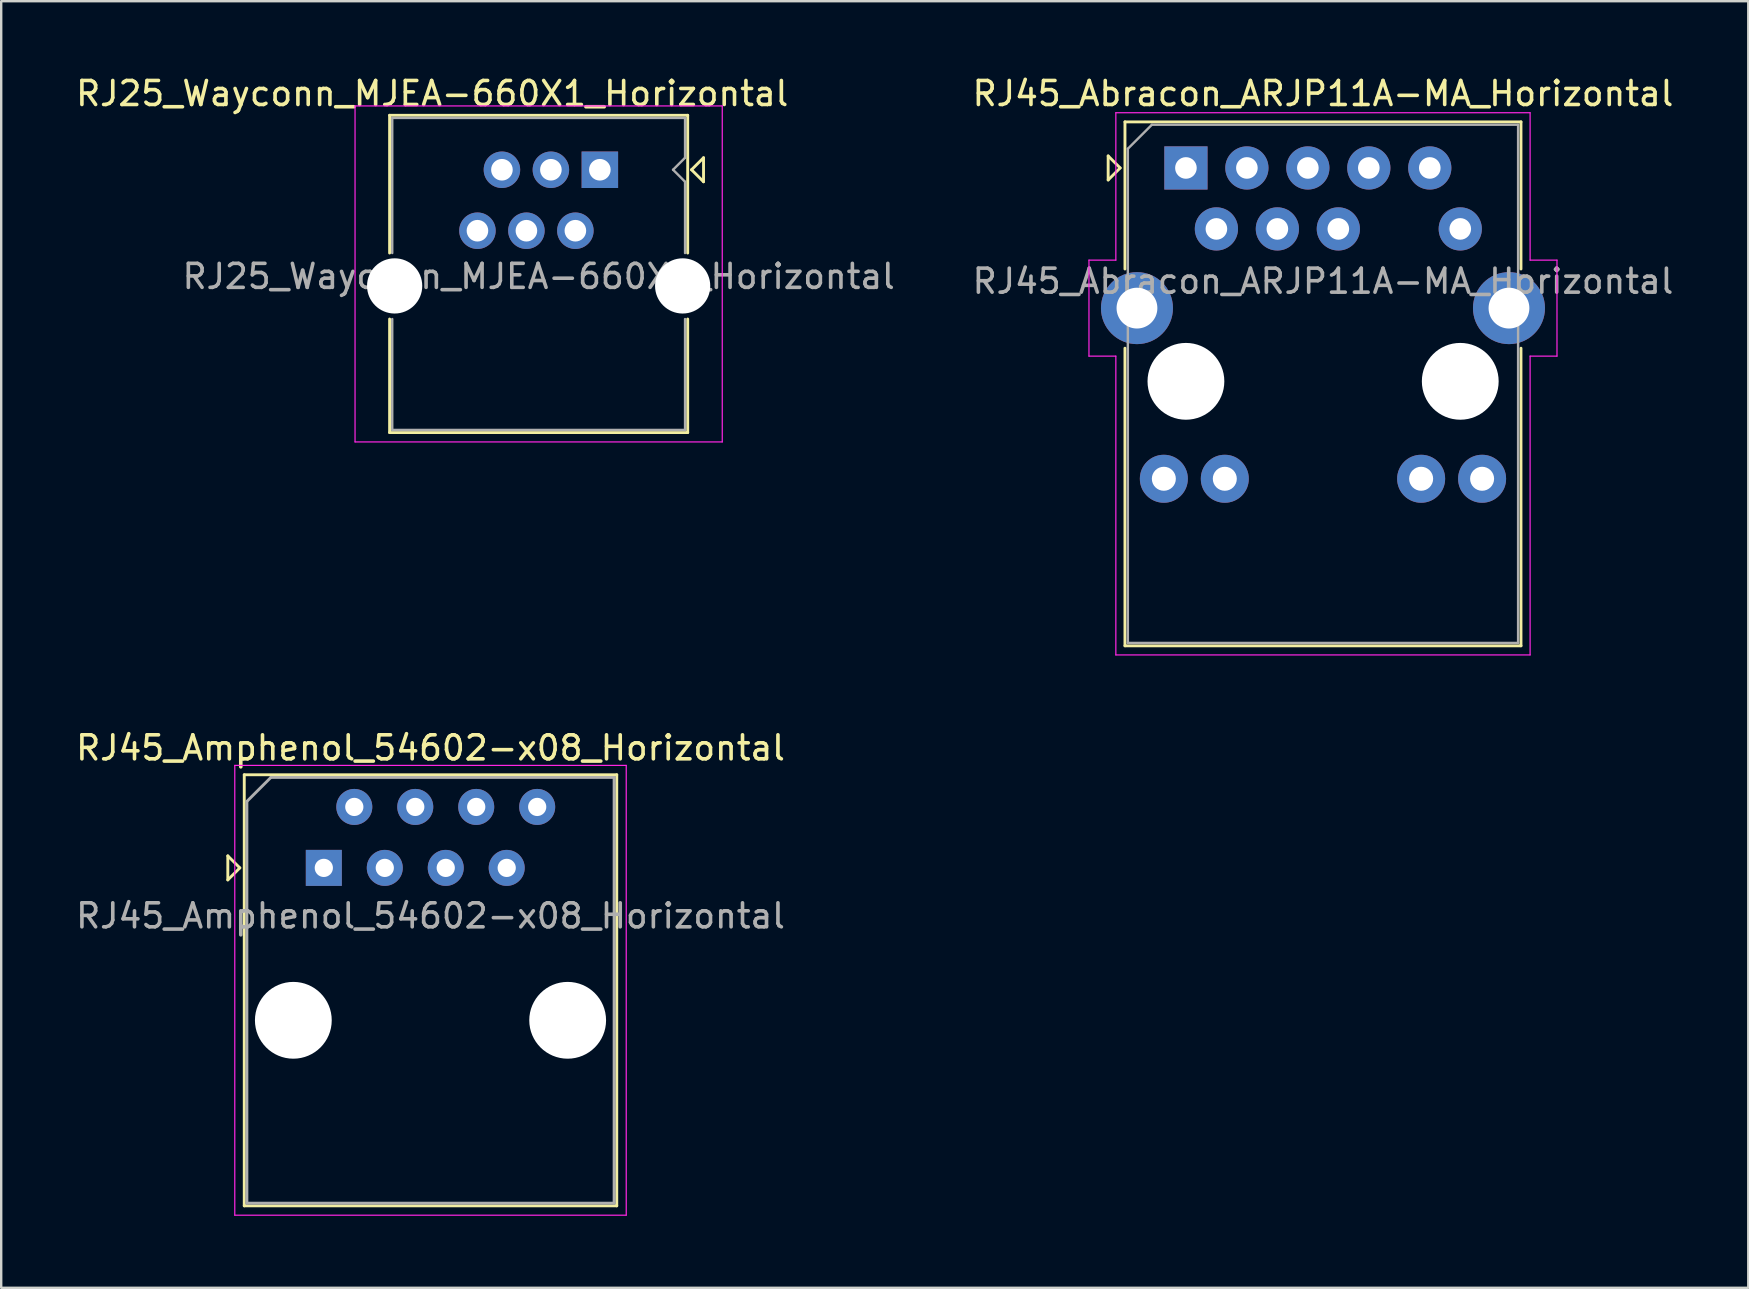
<source format=kicad_pcb>
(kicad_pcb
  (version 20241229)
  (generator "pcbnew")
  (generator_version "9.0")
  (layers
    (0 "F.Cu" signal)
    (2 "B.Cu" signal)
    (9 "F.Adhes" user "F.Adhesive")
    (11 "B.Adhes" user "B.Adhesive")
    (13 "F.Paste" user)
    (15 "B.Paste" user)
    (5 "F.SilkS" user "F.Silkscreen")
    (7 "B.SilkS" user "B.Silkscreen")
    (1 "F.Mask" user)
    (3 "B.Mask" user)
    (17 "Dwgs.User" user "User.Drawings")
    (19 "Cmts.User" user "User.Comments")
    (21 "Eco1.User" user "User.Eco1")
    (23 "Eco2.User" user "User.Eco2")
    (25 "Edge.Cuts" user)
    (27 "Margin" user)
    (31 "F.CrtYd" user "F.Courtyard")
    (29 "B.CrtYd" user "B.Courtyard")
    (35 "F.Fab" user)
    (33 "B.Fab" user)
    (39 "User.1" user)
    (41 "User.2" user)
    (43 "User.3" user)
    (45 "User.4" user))
  (footprint "RJ45_Amphenol_54602-x08_Horizontal"
    (layer "F.Cu")
    (at 10.442 33.111)
    (property "Reference" "RJ45_Amphenol_54602-x08_Horizontal" (at 4.445 -5 0) (layer "F.SilkS") (effects (font (size 1 1) (thickness 0.15))))
    (attr through_hole)
    (fp_line (start -4 -0.5) (end -4 0.5) (stroke (width 0.12) (type solid)) (layer "F.SilkS"))
    (fp_line (start -4 0.5) (end -3.5 0) (stroke (width 0.12) (type solid)) (layer "F.SilkS"))
    (fp_line (start -3.5 0) (end -4 -0.5) (stroke (width 0.12) (type solid)) (layer "F.SilkS"))
    (fp_line (start -3.315 -3.88) (end -3.315 14.08) (stroke (width 0.12) (type solid)) (layer "F.SilkS"))
    (fp_line (start -3.315 14.08) (end 12.205 14.08) (stroke (width 0.12) (type solid)) (layer "F.SilkS"))
    (fp_line (start 12.205 -3.88) (end -3.315 -3.88) (stroke (width 0.12) (type solid)) (layer "F.SilkS"))
    (fp_line (start 12.205 -3.88) (end 12.205 14.08) (stroke (width 0.12) (type solid)) (layer "F.SilkS"))
    (fp_line (start -3.71 -4.27) (end -3.71 14.47) (stroke (width 0.05) (type solid)) (layer "F.CrtYd"))
    (fp_line (start -3.71 -4.27) (end 12.6 -4.27) (stroke (width 0.05) (type solid)) (layer "F.CrtYd"))
    (fp_line (start 12.6 14.47) (end -3.71 14.47) (stroke (width 0.05) (type solid)) (layer "F.CrtYd"))
    (fp_line (start 12.6 14.47) (end 12.6 -4.27) (stroke (width 0.05) (type solid)) (layer "F.CrtYd"))
    (fp_line (start -3.205 -2.77) (end -2.205 -3.77) (stroke (width 0.12) (type solid)) (layer "F.Fab"))
    (fp_line (start -3.205 13.97) (end -3.205 -2.77) (stroke (width 0.12) (type solid)) (layer "F.Fab"))
    (fp_line (start -2.205 -3.77) (end 12.095 -3.77) (stroke (width 0.12) (type solid)) (layer "F.Fab"))
    (fp_line (start 12.095 -3.77) (end 12.095 13.97) (stroke (width 0.12) (type solid)) (layer "F.Fab"))
    (fp_line (start 12.095 13.97) (end -3.205 13.97) (stroke (width 0.12) (type solid)) (layer "F.Fab"))
    (fp_text user "${REFERENCE}" (at 4.445 2 0) (layer "F.Fab") (effects (font (size 1 1) (thickness 0.15))))
    (pad "" np_thru_hole circle (at -1.27 6.35) (size 3.2 3.2) (drill 3.2) (layers "*.Cu" "*.Mask"))
    (pad "" np_thru_hole circle (at 10.16 6.35) (size 3.2 3.2) (drill 3.2) (layers "*.Cu" "*.Mask"))
    (pad "1" thru_hole rect (at 0 0) (size 1.5 1.5) (drill 0.76) (layers "*.Cu" "*.Mask"))
    (pad "2" thru_hole circle (at 1.27 -2.54) (size 1.5 1.5) (drill 0.76) (layers "*.Cu" "*.Mask"))
    (pad "3" thru_hole circle (at 2.54 0) (size 1.5 1.5) (drill 0.76) (layers "*.Cu" "*.Mask"))
    (pad "4" thru_hole circle (at 3.81 -2.54) (size 1.5 1.5) (drill 0.76) (layers "*.Cu" "*.Mask"))
    (pad "5" thru_hole circle (at 5.08 0) (size 1.5 1.5) (drill 0.76) (layers "*.Cu" "*.Mask"))
    (pad "6" thru_hole circle (at 6.35 -2.54) (size 1.5 1.5) (drill 0.76) (layers "*.Cu" "*.Mask"))
    (pad "7" thru_hole circle (at 7.62 0) (size 1.5 1.5) (drill 0.76) (layers "*.Cu" "*.Mask"))
    (pad "8" thru_hole circle (at 8.89 -2.54) (size 1.5 1.5) (drill 0.76) (layers "*.Cu" "*.Mask")))
  (footprint "RJ25_Wayconn_MJEA-660X1_Horizontal"
    (layer "F.Cu")
    (at 21.943 4.023)
    (property "Reference" "RJ25_Wayconn_MJEA-660X1_Horizontal" (at -6.985 -3.175 0) (layer "F.SilkS") (effects (font (size 1 1) (thickness 0.15))))
    (attr through_hole)
    (fp_line (start -8.76 -2.27) (end -8.76 3.47) (stroke (width 0.12) (type solid)) (layer "F.SilkS"))
    (fp_line (start -8.76 -2.27) (end 3.66 -2.27) (stroke (width 0.12) (type solid)) (layer "F.SilkS"))
    (fp_line (start -8.76 6.22) (end -8.76 10.95) (stroke (width 0.12) (type solid)) (layer "F.SilkS"))
    (fp_line (start -8.76 10.95) (end 3.66 10.95) (stroke (width 0.12) (type solid)) (layer "F.SilkS"))
    (fp_line (start 3.66 -2.27) (end 3.66 3.47) (stroke (width 0.12) (type solid)) (layer "F.SilkS"))
    (fp_line (start 3.66 6.22) (end 3.66 10.95) (stroke (width 0.12) (type solid)) (layer "F.SilkS"))
    (fp_line (start 3.82 0) (end 4.32 0.5) (stroke (width 0.12) (type solid)) (layer "F.SilkS"))
    (fp_line (start 4.32 -0.5) (end 3.82 0) (stroke (width 0.12) (type solid)) (layer "F.SilkS"))
    (fp_line (start 4.32 -0.5) (end 4.32 0.5) (stroke (width 0.12) (type solid)) (layer "F.SilkS"))
    (fp_line (start -10.2 -2.66) (end -10.2 11.34) (stroke (width 0.05) (type solid)) (layer "F.CrtYd"))
    (fp_line (start -10.2 -2.66) (end 5.1 -2.66) (stroke (width 0.05) (type solid)) (layer "F.CrtYd"))
    (fp_line (start 5.1 11.34) (end -10.2 11.34) (stroke (width 0.05) (type solid)) (layer "F.CrtYd"))
    (fp_line (start 5.1 11.34) (end 5.1 -2.66) (stroke (width 0.05) (type solid)) (layer "F.CrtYd"))
    (fp_line (start -8.65 -2.16) (end -8.65 3.47) (stroke (width 0.1) (type solid)) (layer "F.Fab"))
    (fp_line (start -8.65 -2.16) (end 3.55 -2.16) (stroke (width 0.1) (type solid)) (layer "F.Fab"))
    (fp_line (start -8.65 6.22) (end -8.65 10.84) (stroke (width 0.1) (type solid)) (layer "F.Fab"))
    (fp_line (start -8.65 10.84) (end 3.55 10.84) (stroke (width 0.1) (type solid)) (layer "F.Fab"))
    (fp_line (start 3.05 0) (end 3.55 0.5) (stroke (width 0.1) (type solid)) (layer "F.Fab"))
    (fp_line (start 3.55 -2.16) (end 3.55 -0.5) (stroke (width 0.1) (type solid)) (layer "F.Fab"))
    (fp_line (start 3.55 -0.5) (end 3.05 0) (stroke (width 0.1) (type solid)) (layer "F.Fab"))
    (fp_line (start 3.55 0.5) (end 3.55 3.47) (stroke (width 0.1) (type solid)) (layer "F.Fab"))
    (fp_line (start 3.55 6.22) (end 3.55 10.84) (stroke (width 0.1) (type solid)) (layer "F.Fab"))
    (fp_text user "${REFERENCE}" (at -2.55 4.445 0) (layer "F.Fab") (effects (font (size 1 1) (thickness 0.15))))
    (pad "" np_thru_hole circle (at -8.55 4.84) (size 2.3 2.3) (drill 2.3) (layers "*.Cu" "*.Mask"))
    (pad "" np_thru_hole circle (at 3.45 4.84) (size 2.3 2.3) (drill 2.3) (layers "*.Cu" "*.Mask"))
    (pad "1" thru_hole rect (at 0 0) (size 1.52 1.52) (drill 0.9) (layers "*.Cu" "*.Mask"))
    (pad "2" thru_hole circle (at -1.02 2.54) (size 1.52 1.52) (drill 0.9) (layers "*.Cu" "*.Mask"))
    (pad "3" thru_hole circle (at -2.04 0) (size 1.52 1.52) (drill 0.9) (layers "*.Cu" "*.Mask"))
    (pad "4" thru_hole circle (at -3.06 2.54) (size 1.52 1.52) (drill 0.9) (layers "*.Cu" "*.Mask"))
    (pad "5" thru_hole circle (at -4.08 0) (size 1.52 1.52) (drill 0.9) (layers "*.Cu" "*.Mask"))
    (pad "6" thru_hole circle (at -5.1 2.54) (size 1.52 1.52) (drill 0.9) (layers "*.Cu" "*.Mask")))
  (footprint "RJ45_Abracon_ARJP11A-MA_Horizontal"
    (layer "F.Cu")
    (at 46.362 3.948)
    (property "Reference" "RJ45_Abracon_ARJP11A-MA_Horizontal" (at 5.71 -3.1 0) (layer "F.SilkS") (effects (font (size 1 1) (thickness 0.15))))
    (attr through_hole)
    (fp_line (start -3.24 -0.5) (end -3.24 0.5) (stroke (width 0.12) (type solid)) (layer "F.SilkS"))
    (fp_line (start -3.24 0.5) (end -2.74 0) (stroke (width 0.12) (type solid)) (layer "F.SilkS"))
    (fp_line (start -2.74 0) (end -3.24 -0.5) (stroke (width 0.12) (type solid)) (layer "F.SilkS"))
    (fp_line (start -2.54 -1.92) (end -2.54 4.21) (stroke (width 0.12) (type solid)) (layer "F.SilkS"))
    (fp_line (start -2.54 -1.92) (end 13.96 -1.92) (stroke (width 0.12) (type solid)) (layer "F.SilkS"))
    (fp_line (start -2.54 7.51) (end -2.54 19.91) (stroke (width 0.12) (type solid)) (layer "F.SilkS"))
    (fp_line (start -2.54 19.91) (end 13.96 19.91) (stroke (width 0.12) (type solid)) (layer "F.SilkS"))
    (fp_line (start 13.96 -1.92) (end 13.96 4.21) (stroke (width 0.12) (type solid)) (layer "F.SilkS"))
    (fp_line (start 13.96 7.51) (end 13.96 19.91) (stroke (width 0.12) (type solid)) (layer "F.SilkS"))
    (fp_line (start -4.04 3.84) (end -4.04 7.84) (stroke (width 0.05) (type solid)) (layer "F.CrtYd"))
    (fp_line (start -4.04 7.84) (end -2.92 7.84) (stroke (width 0.05) (type solid)) (layer "F.CrtYd"))
    (fp_line (start -2.92 -2.3) (end -2.92 3.84) (stroke (width 0.05) (type solid)) (layer "F.CrtYd"))
    (fp_line (start -2.92 -2.3) (end 14.34 -2.3) (stroke (width 0.05) (type solid)) (layer "F.CrtYd"))
    (fp_line (start -2.92 3.84) (end -4.04 3.84) (stroke (width 0.05) (type solid)) (layer "F.CrtYd"))
    (fp_line (start -2.92 7.84) (end -2.92 20.29) (stroke (width 0.05) (type solid)) (layer "F.CrtYd"))
    (fp_line (start -2.92 20.29) (end 14.34 20.29) (stroke (width 0.05) (type solid)) (layer "F.CrtYd"))
    (fp_line (start 14.34 -2.3) (end 14.34 3.84) (stroke (width 0.05) (type solid)) (layer "F.CrtYd"))
    (fp_line (start 14.34 7.84) (end 14.34 20.29) (stroke (width 0.05) (type solid)) (layer "F.CrtYd"))
    (fp_line (start 14.34 7.84) (end 15.46 7.84) (stroke (width 0.05) (type solid)) (layer "F.CrtYd"))
    (fp_line (start 15.46 3.84) (end 14.34 3.84) (stroke (width 0.05) (type solid)) (layer "F.CrtYd"))
    (fp_line (start 15.46 3.84) (end 15.46 7.84) (stroke (width 0.05) (type solid)) (layer "F.CrtYd"))
    (fp_line (start -2.42 -0.8) (end -1.42 -1.8) (stroke (width 0.1) (type solid)) (layer "F.Fab"))
    (fp_line (start -2.42 19.79) (end -2.42 -0.8) (stroke (width 0.1) (type solid)) (layer "F.Fab"))
    (fp_line (start -1.42 -1.8) (end 13.84 -1.8) (stroke (width 0.1) (type solid)) (layer "F.Fab"))
    (fp_line (start 13.84 -1.8) (end 13.84 19.79) (stroke (width 0.1) (type solid)) (layer "F.Fab"))
    (fp_line (start 13.84 19.79) (end -2.42 19.79) (stroke (width 0.1) (type solid)) (layer "F.Fab"))
    (fp_text user "${REFERENCE}" (at 5.71 4.72 0) (layer "F.Fab") (effects (font (size 1 1) (thickness 0.15))))
    (pad "" np_thru_hole circle (at 0 8.89) (size 3.2 3.2) (drill 3.2) (layers "*.Cu" "*.Mask"))
    (pad "" np_thru_hole circle (at 11.43 8.89) (size 3.2 3.2) (drill 3.2) (layers "*.Cu" "*.Mask"))
    (pad "1" thru_hole rect (at 0 0) (size 1.8 1.8) (drill 0.9) (layers "*.Cu" "*.Mask"))
    (pad "2" thru_hole circle (at 1.27 2.54) (size 1.8 1.8) (drill 0.9) (layers "*.Cu" "*.Mask"))
    (pad "3" thru_hole circle (at 2.54 0) (size 1.8 1.8) (drill 0.9) (layers "*.Cu" "*.Mask"))
    (pad "4" thru_hole circle (at 3.81 2.54) (size 1.8 1.8) (drill 0.9) (layers "*.Cu" "*.Mask"))
    (pad "5" thru_hole circle (at 5.08 0) (size 1.8 1.8) (drill 0.9) (layers "*.Cu" "*.Mask"))
    (pad "6" thru_hole circle (at 6.35 2.54) (size 1.8 1.8) (drill 0.9) (layers "*.Cu" "*.Mask"))
    (pad "7" thru_hole circle (at 7.62 0) (size 1.8 1.8) (drill 0.9) (layers "*.Cu" "*.Mask"))
    (pad "9" thru_hole circle (at 10.16 0) (size 1.8 1.8) (drill 0.9) (layers "*.Cu" "*.Mask"))
    (pad "10" thru_hole circle (at 11.43 2.54) (size 1.8 1.8) (drill 0.9) (layers "*.Cu" "*.Mask"))
    (pad "11" thru_hole circle (at -0.92 12.95) (size 2 2) (drill 1) (layers "*.Cu" "*.Mask"))
    (pad "12" thru_hole circle (at 1.62 12.95) (size 2 2) (drill 1) (layers "*.Cu" "*.Mask"))
    (pad "13" thru_hole circle (at 9.8 12.95) (size 2 2) (drill 1) (layers "*.Cu" "*.Mask"))
    (pad "14" thru_hole circle (at 12.34 12.95) (size 2 2) (drill 1) (layers "*.Cu" "*.Mask"))
    (pad "15" thru_hole circle (at -2.04 5.84) (size 3 3) (drill 1.7) (layers "*.Cu" "*.Mask"))
    (pad "15" thru_hole circle (at 13.46 5.84) (size 3 3) (drill 1.7) (layers "*.Cu" "*.Mask")))
  (gr_rect
    (start -3 -3)
    (end 69.792 50.606)
    (stroke (width 0.1) (type default))
    (fill no)
    (layer "Edge.Cuts")))
</source>
